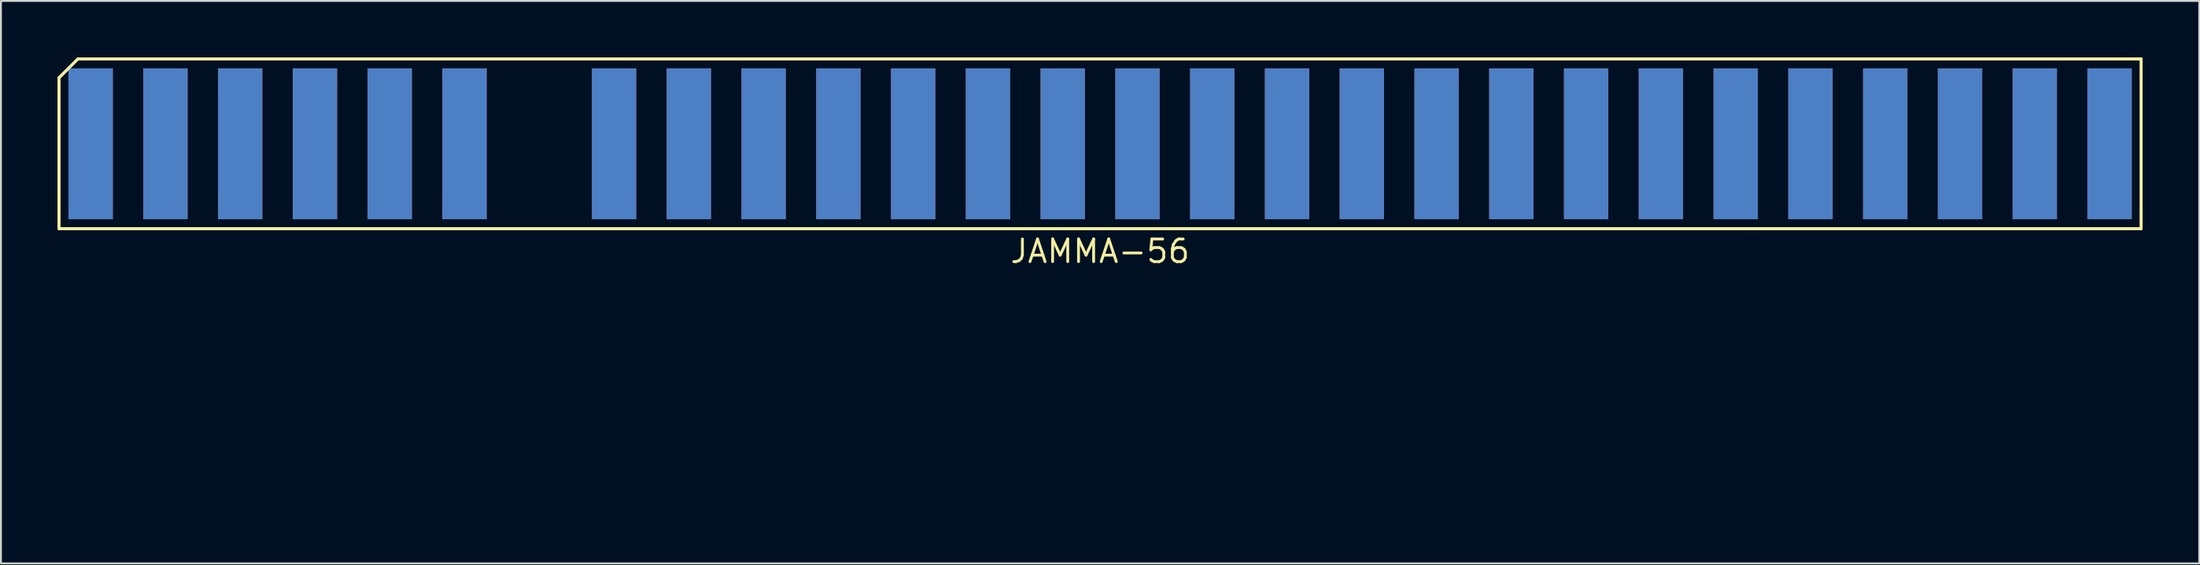
<source format=kicad_pcb>
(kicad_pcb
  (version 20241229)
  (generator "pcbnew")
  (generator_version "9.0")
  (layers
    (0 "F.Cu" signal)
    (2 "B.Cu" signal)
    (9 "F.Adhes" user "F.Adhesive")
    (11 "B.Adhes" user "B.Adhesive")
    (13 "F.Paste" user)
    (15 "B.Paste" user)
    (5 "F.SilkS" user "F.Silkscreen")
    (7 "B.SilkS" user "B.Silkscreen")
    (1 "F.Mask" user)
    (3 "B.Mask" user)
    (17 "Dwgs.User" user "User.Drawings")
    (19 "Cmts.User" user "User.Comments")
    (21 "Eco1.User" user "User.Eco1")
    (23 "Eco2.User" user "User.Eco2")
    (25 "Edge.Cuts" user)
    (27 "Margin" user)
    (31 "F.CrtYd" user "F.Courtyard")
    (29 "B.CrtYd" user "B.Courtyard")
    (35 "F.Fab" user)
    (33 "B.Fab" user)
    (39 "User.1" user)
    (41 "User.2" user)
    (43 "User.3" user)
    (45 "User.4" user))
  (footprint "JAMMA-56"
    (layer "F.Cu")
    (at 56.21 23.575)
    (property "Reference" "JAMMA-56" (at -1 -13.3 0) (layer "F.SilkS") (effects (font (size 1.2 1.2) (thickness 0.15))))
    (attr through_hole)
    (fp_line (start -56.135 -22.5) (end -56.135 -14.5) (stroke (width 0.15) (type solid)) (layer "F.SilkS"))
    (fp_line (start -56.135 -22.5) (end -56.135 -14.5) (stroke (width 0.15) (type solid)) (layer "F.SilkS"))
    (fp_line (start -56.135 -14.5) (end 54.135 -14.5) (stroke (width 0.15) (type solid)) (layer "F.SilkS"))
    (fp_line (start -56.135 -14.5) (end 54.135 -14.5) (stroke (width 0.15) (type solid)) (layer "F.SilkS"))
    (fp_line (start -55.135 -23.5) (end -56.135 -22.5) (stroke (width 0.15) (type solid)) (layer "F.SilkS"))
    (fp_line (start -55.135 -23.5) (end -56.135 -22.5) (stroke (width 0.15) (type solid)) (layer "F.SilkS"))
    (fp_line (start 54.135 -23.5) (end -55.135 -23.5) (stroke (width 0.15) (type solid)) (layer "F.SilkS"))
    (fp_line (start 54.135 -23.5) (end -55.135 -23.5) (stroke (width 0.15) (type solid)) (layer "F.SilkS"))
    (fp_line (start 54.135 -14.5) (end 54.135 -23.5) (stroke (width 0.15) (type solid)) (layer "F.SilkS"))
    (fp_line (start 54.135 -14.5) (end 54.135 -23.5) (stroke (width 0.15) (type solid)) (layer "F.SilkS"))
    (pad "1" smd rect (at -54.46 -19) (size 2.35 8) (layers "F.Cu" "F.Mask"))
    (pad "2" smd rect (at -50.5 -19) (size 2.35 8) (layers "F.Cu" "F.Mask"))
    (pad "3" smd rect (at -46.54 -19) (size 2.35 8) (layers "F.Cu" "F.Mask"))
    (pad "4" smd rect (at -42.58 -19) (size 2.35 8) (layers "F.Cu" "F.Mask"))
    (pad "5" smd rect (at -38.62 -19) (size 2.35 8) (layers "F.Cu" "F.Mask"))
    (pad "6" smd rect (at -34.66 -19) (size 2.35 8) (layers "F.Cu" "F.Mask"))
    (pad "8" smd rect (at -26.74 -19) (size 2.35 8) (layers "F.Cu" "F.Mask"))
    (pad "9" smd rect (at -22.78 -19) (size 2.35 8) (layers "F.Cu" "F.Mask"))
    (pad "10" smd rect (at -18.82 -19) (size 2.35 8) (layers "F.Cu" "F.Mask"))
    (pad "11" smd rect (at -14.86 -19) (size 2.35 8) (layers "F.Cu" "F.Mask"))
    (pad "12" smd rect (at -10.9 -19) (size 2.35 8) (layers "F.Cu" "F.Mask"))
    (pad "13" smd rect (at -6.94 -19) (size 2.35 8) (layers "F.Cu" "F.Mask"))
    (pad "14" smd rect (at -2.98 -19) (size 2.35 8) (layers "F.Cu" "F.Mask"))
    (pad "15" smd rect (at 0.98 -19) (size 2.35 8) (layers "F.Cu" "F.Mask"))
    (pad "16" smd rect (at 4.94 -19) (size 2.35 8) (layers "F.Cu" "F.Mask"))
    (pad "17" smd rect (at 8.9 -19) (size 2.35 8) (layers "F.Cu" "F.Mask"))
    (pad "18" smd rect (at 12.86 -19) (size 2.35 8) (layers "F.Cu" "F.Mask"))
    (pad "19" smd rect (at 16.82 -19) (size 2.35 8) (layers "F.Cu" "F.Mask"))
    (pad "20" smd rect (at 20.78 -19) (size 2.35 8) (layers "F.Cu" "F.Mask"))
    (pad "21" smd rect (at 24.74 -19) (size 2.35 8) (layers "F.Cu" "F.Mask"))
    (pad "22" smd rect (at 28.7 -19) (size 2.35 8) (layers "F.Cu" "F.Mask"))
    (pad "23" smd rect (at 32.66 -19) (size 2.35 8) (layers "F.Cu" "F.Mask"))
    (pad "24" smd rect (at 36.62 -19) (size 2.35 8) (layers "F.Cu" "F.Mask"))
    (pad "25" smd rect (at 40.58 -19) (size 2.35 8) (layers "F.Cu" "F.Mask"))
    (pad "26" smd rect (at 44.54 -19) (size 2.35 8) (layers "F.Cu" "F.Mask"))
    (pad "27" smd rect (at 48.5 -19) (size 2.35 8) (layers "F.Cu" "F.Mask"))
    (pad "28" smd rect (at 52.46 -19) (size 2.35 8) (layers "F.Cu" "F.Mask"))
    (pad "A" smd rect (at -54.46 -19) (size 2.35 8) (layers "B.Cu" "B.Mask"))
    (pad "B" smd rect (at -50.5 -19) (size 2.35 8) (layers "B.Cu" "B.Mask"))
    (pad "C" smd rect (at -46.54 -19) (size 2.35 8) (layers "B.Cu" "B.Mask"))
    (pad "D" smd rect (at -42.58 -19) (size 2.35 8) (layers "B.Cu" "B.Mask"))
    (pad "E" smd rect (at -38.62 -19) (size 2.35 8) (layers "B.Cu" "B.Mask"))
    (pad "F" smd rect (at -34.66 -19) (size 2.35 8) (layers "B.Cu" "B.Mask"))
    (pad "J" smd rect (at -26.74 -19) (size 2.35 8) (layers "B.Cu" "B.Mask"))
    (pad "K" smd rect (at -22.78 -19) (size 2.35 8) (layers "B.Cu" "B.Mask"))
    (pad "L" smd rect (at -18.82 -19) (size 2.35 8) (layers "B.Cu" "B.Mask"))
    (pad "M" smd rect (at -14.86 -19) (size 2.35 8) (layers "B.Cu" "B.Mask"))
    (pad "N" smd rect (at -10.9 -19) (size 2.35 8) (layers "B.Cu" "B.Mask"))
    (pad "P" smd rect (at -6.94 -19) (size 2.35 8) (layers "B.Cu" "B.Mask"))
    (pad "R" smd rect (at -2.98 -19) (size 2.35 8) (layers "B.Cu" "B.Mask"))
    (pad "S" smd rect (at 0.98 -19) (size 2.35 8) (layers "B.Cu" "B.Mask"))
    (pad "T" smd rect (at 4.94 -19) (size 2.35 8) (layers "B.Cu" "B.Mask"))
    (pad "U" smd rect (at 8.9 -19) (size 2.35 8) (layers "B.Cu" "B.Mask"))
    (pad "V" smd rect (at 12.86 -19) (size 2.35 8) (layers "B.Cu" "B.Mask"))
    (pad "W" smd rect (at 16.82 -19) (size 2.35 8) (layers "B.Cu" "B.Mask"))
    (pad "X" smd rect (at 20.78 -19) (size 2.35 8) (layers "B.Cu" "B.Mask"))
    (pad "Y" smd rect (at 24.74 -19) (size 2.35 8) (layers "B.Cu" "B.Mask"))
    (pad "Z" smd rect (at 28.7 -19) (size 2.35 8) (layers "B.Cu" "B.Mask"))
    (pad "a" smd rect (at 32.66 -19) (size 2.35 8) (layers "B.Cu" "B.Mask"))
    (pad "b" smd rect (at 36.62 -19) (size 2.35 8) (layers "B.Cu" "B.Mask"))
    (pad "c" smd rect (at 40.58 -19) (size 2.35 8) (layers "B.Cu" "B.Mask"))
    (pad "d" smd rect (at 44.54 -19) (size 2.35 8) (layers "B.Cu" "B.Mask"))
    (pad "e" smd rect (at 48.5 -19) (size 2.35 8) (layers "B.Cu" "B.Mask"))
    (pad "f" smd rect (at 52.46 -19) (size 2.35 8) (layers "B.Cu" "B.Mask")))
  (gr_rect
    (start -3 -3)
    (end 113.42 26.825)
    (stroke (width 0.1) (type default))
    (fill no)
    (layer "Edge.Cuts")))
</source>
